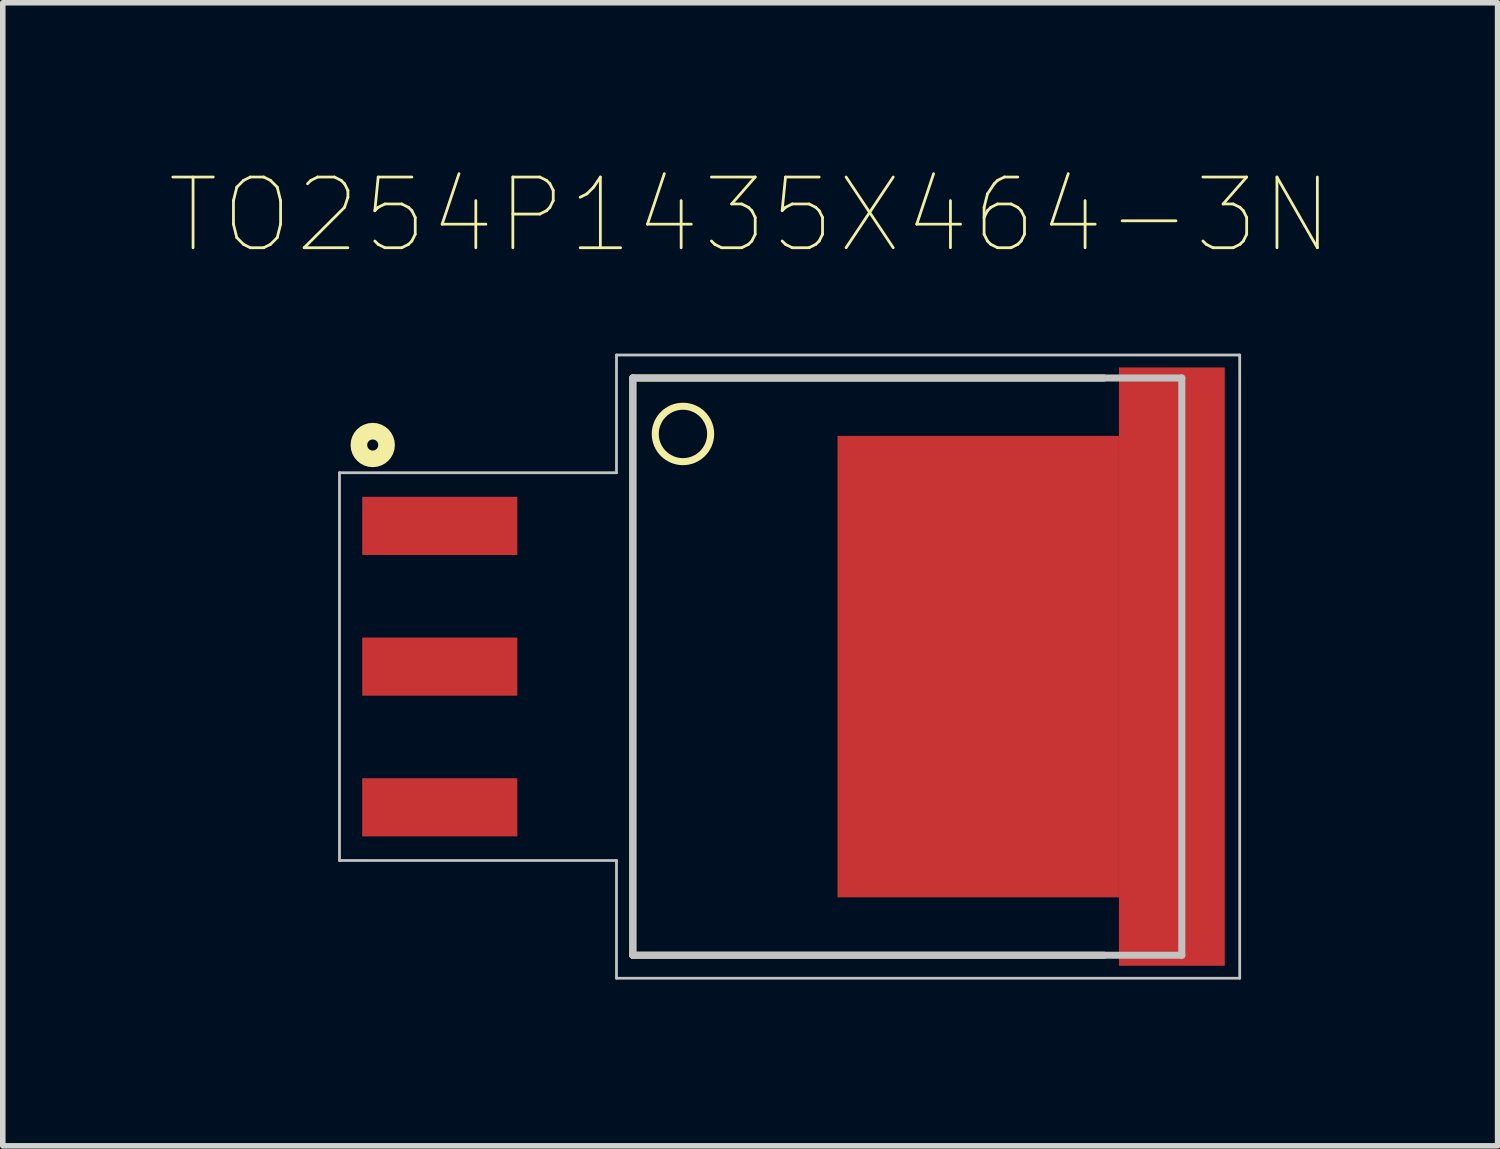
<source format=kicad_pcb>
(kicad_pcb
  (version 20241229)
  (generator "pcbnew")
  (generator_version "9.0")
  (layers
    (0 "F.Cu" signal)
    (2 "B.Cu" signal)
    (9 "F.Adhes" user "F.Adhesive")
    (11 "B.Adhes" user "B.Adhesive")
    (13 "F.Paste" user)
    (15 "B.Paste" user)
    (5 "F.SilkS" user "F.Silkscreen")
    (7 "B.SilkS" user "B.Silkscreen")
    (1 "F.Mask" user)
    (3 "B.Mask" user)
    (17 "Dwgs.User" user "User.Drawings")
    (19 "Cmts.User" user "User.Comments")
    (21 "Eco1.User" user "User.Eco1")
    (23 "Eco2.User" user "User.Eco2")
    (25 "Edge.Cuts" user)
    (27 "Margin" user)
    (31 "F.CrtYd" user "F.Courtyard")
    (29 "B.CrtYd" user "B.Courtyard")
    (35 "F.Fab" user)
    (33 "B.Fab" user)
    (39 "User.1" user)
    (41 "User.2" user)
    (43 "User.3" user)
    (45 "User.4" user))
  (footprint "TO254P1435X464-3N"
    (layer "F.Cu")
    (at 11.078 8.983)
    (property "Reference" "TO254P1435X464-3N" (at -0.587 -8.149 0) (layer "F.SilkS") (effects (font (size 1.276 1.276) (thickness 0.05))))
    (attr smd)
    (fp_line (start -2.705 -5.21) (end 5.8 -5.21) (stroke (width 0.127) (type solid)) (layer "F.SilkS"))
    (fp_line (start -2.705 5.21) (end -2.705 -5.21) (stroke (width 0.127) (type solid)) (layer "F.SilkS"))
    (fp_line (start 5.8 5.21) (end -2.705 5.21) (stroke (width 0.127) (type solid)) (layer "F.SilkS"))
    (fp_circle (center -7.4 -4) (end -7.15 -4) (stroke (width 0.3) (type solid)) (fill no) (layer "F.SilkS"))
    (fp_circle (center -1.8 -4.2) (end -1.3 -4.2) (stroke (width 0.127) (type solid)) (fill no) (layer "F.SilkS"))
    (fp_line (start -8 -3.5) (end -3 -3.5) (stroke (width 0.05) (type solid)) (layer "Dwgs.User"))
    (fp_line (start -8 3.5) (end -8 -3.5) (stroke (width 0.05) (type solid)) (layer "Dwgs.User"))
    (fp_line (start -3 -5.625) (end 8.25 -5.625) (stroke (width 0.05) (type solid)) (layer "Dwgs.User"))
    (fp_line (start -3 -3.5) (end -3 -5.625) (stroke (width 0.05) (type solid)) (layer "Dwgs.User"))
    (fp_line (start -3 3.5) (end -8 3.5) (stroke (width 0.05) (type solid)) (layer "Dwgs.User"))
    (fp_line (start -3 5.625) (end -3 3.5) (stroke (width 0.05) (type solid)) (layer "Dwgs.User"))
    (fp_line (start -2.705 -5.21) (end -2.705 5.21) (stroke (width 0.127) (type solid)) (layer "Dwgs.User"))
    (fp_line (start -2.705 5.21) (end 7.205 5.21) (stroke (width 0.127) (type solid)) (layer "Dwgs.User"))
    (fp_line (start 7.205 -5.21) (end -2.705 -5.21) (stroke (width 0.127) (type solid)) (layer "Dwgs.User"))
    (fp_line (start 7.205 -5.21) (end 7.205 5.21) (stroke (width 0.127) (type solid)) (layer "Dwgs.User"))
    (fp_line (start 8.25 -5.625) (end 8.25 5.625) (stroke (width 0.05) (type solid)) (layer "Dwgs.User"))
    (fp_line (start 8.25 5.625) (end -3 5.625) (stroke (width 0.05) (type solid)) (layer "Dwgs.User"))
    (pad "1" smd rect (at -6.19 -2.54) (size 2.8 1.05) (layers "F.Cu" "F.Mask" "F.Paste"))
    (pad "2" smd rect (at -6.19 0) (size 2.8 1.05) (layers "F.Cu" "F.Mask" "F.Paste"))
    (pad "3" smd rect (at -6.19 2.54) (size 2.8 1.05) (layers "F.Cu" "F.Mask" "F.Paste"))
    (pad "4" smd rect (at 3.53 0) (size 5.08 8.33) (layers "F.Cu" "F.Mask" "F.Paste"))
    (pad "5" smd rect (at 7.025 0) (size 1.91 10.8) (layers "F.Cu" "F.Mask" "F.Paste")))
  (gr_rect
    (start -3 -3)
    (end 23.983 17.633)
    (stroke (width 0.1) (type default))
    (fill no)
    (layer "Edge.Cuts")))
</source>
